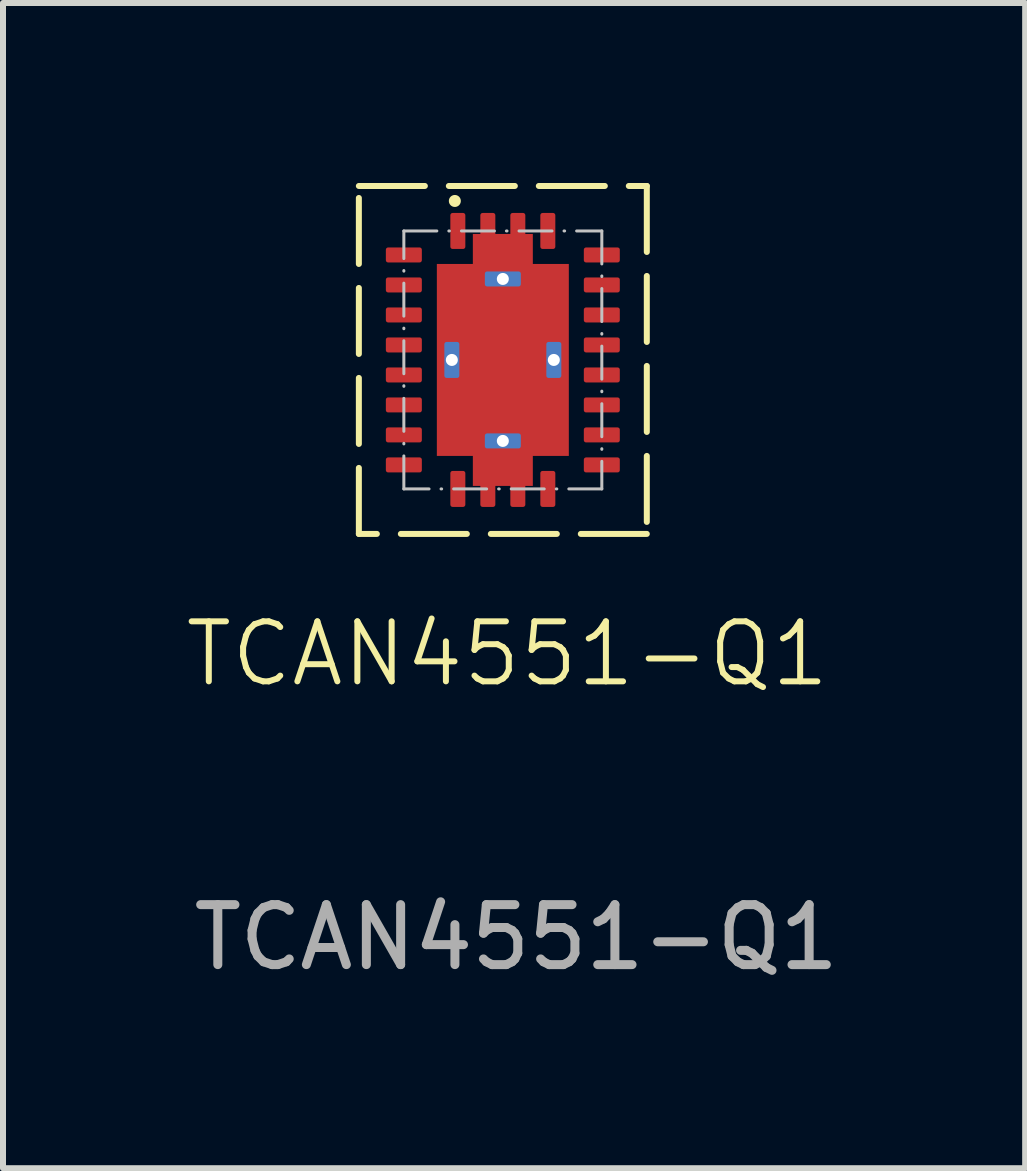
<source format=kicad_pcb>
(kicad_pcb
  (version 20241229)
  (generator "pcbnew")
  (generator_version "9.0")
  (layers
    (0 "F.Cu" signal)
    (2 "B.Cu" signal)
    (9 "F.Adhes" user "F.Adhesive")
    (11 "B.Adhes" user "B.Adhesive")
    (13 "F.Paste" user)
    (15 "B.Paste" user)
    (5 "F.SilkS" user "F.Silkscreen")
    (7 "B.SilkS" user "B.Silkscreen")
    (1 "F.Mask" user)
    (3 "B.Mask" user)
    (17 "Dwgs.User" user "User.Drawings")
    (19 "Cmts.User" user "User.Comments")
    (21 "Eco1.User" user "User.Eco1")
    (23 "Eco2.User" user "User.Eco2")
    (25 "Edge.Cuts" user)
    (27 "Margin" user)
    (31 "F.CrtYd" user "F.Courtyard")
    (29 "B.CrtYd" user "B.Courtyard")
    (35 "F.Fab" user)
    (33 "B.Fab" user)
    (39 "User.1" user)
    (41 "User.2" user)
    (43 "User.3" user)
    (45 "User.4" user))
  (footprint "TCAN4551-Q1"
    (layer "F.Cu")
    (at 5.332 2.95)
    (property "Reference" "TCAN4551-Q1" (at 0.075 4.9 0) (unlocked yes) (layer "F.SilkS") (effects (font (size 1 1) (thickness 0.1))))
    (attr smd)
    (fp_rect (start -1.1 -1.6) (end 1.1 1.6) (stroke (width 0) (type solid)) (fill yes) (layers "F.Cu" "F.Mask"))
    (fp_rect (start -0.5 -2.1) (end 0.5 2.1) (stroke (width 0) (type solid)) (fill yes) (layers "F.Cu" "F.Mask"))
    (fp_rect (start -2.4 -2.9) (end 2.4 2.9) (stroke (width 0.1) (type dash)) (fill no) (layer "F.SilkS"))
    (fp_circle (center -0.8 -2.65) (end -0.7 -2.65) (stroke (width 0) (type solid)) (fill yes) (layer "F.SilkS"))
    (fp_rect (start -1.09 -1.54) (end -0.11 -0.11) (stroke (width 0) (type solid)) (fill yes) (layer "F.Paste"))
    (fp_rect (start -1.09 0.11) (end -0.11 1.54) (stroke (width 0) (type solid)) (fill yes) (layer "F.Paste"))
    (fp_rect (start -0.25 -2.1) (end 0.25 -1.85) (stroke (width 0) (type solid)) (fill yes) (layer "F.Paste"))
    (fp_rect (start -0.25 1.85) (end 0.25 2.1) (stroke (width 0) (type solid)) (fill yes) (layer "F.Paste"))
    (fp_rect (start 0.11 -1.54) (end 1.09 -0.11) (stroke (width 0) (type solid)) (fill yes) (layer "F.Paste"))
    (fp_rect (start 0.11 0.11) (end 1.09 1.54) (stroke (width 0) (type solid)) (fill yes) (layer "F.Paste"))
    (fp_rect (start -1.65 -2.15) (end 1.65 2.15) (stroke (width 0.05) (type dash_dot)) (fill no) (layer "Dwgs.User"))
    (fp_rect (start -1.75 -2.25) (end 1.75 2.25) (stroke (width 0.1) (type default)) (fill no) (layer "Margin"))
    (fp_text user "${REFERENCE}" (at 0.225 9.625 0) (unlocked yes) (layer "F.Fab") (effects (font (size 1 1) (thickness 0.15))))
    (pad "" thru_hole roundrect (at -0.85 0 270) (size 0.6 0.25) (drill 0.2) (property pad_prop_heatsink) (layers "*.Cu" "*.Mask") (roundrect_rratio 0.15))
    (pad "" smd roundrect (at -0.25 -2.15 90) (size 0.6 0.25) (layers "F.Cu" "F.Mask" "F.Paste") (roundrect_rratio 0.15))
    (pad "" smd roundrect (at -0.25 2.15 90) (size 0.6 0.25) (layers "F.Cu" "F.Mask" "F.Paste") (roundrect_rratio 0.15))
    (pad "" thru_hole roundrect (at 0 -1.35) (size 0.6 0.25) (drill 0.2) (property pad_prop_heatsink) (layers "*.Cu" "*.Mask") (roundrect_rratio 0.15))
    (pad "" thru_hole roundrect (at 0 1.35) (size 0.6 0.25) (drill 0.2) (property pad_prop_heatsink) (layers "*.Cu" "*.Mask") (roundrect_rratio 0.15))
    (pad "" smd roundrect (at 0.25 -2.15 90) (size 0.6 0.25) (layers "F.Cu" "F.Mask" "F.Paste") (roundrect_rratio 0.15))
    (pad "" smd roundrect (at 0.25 2.15 90) (size 0.6 0.25) (layers "F.Cu" "F.Mask" "F.Paste") (roundrect_rratio 0.15))
    (pad "" thru_hole roundrect (at 0.85 0 270) (size 0.6 0.25) (drill 0.2) (property pad_prop_heatsink) (layers "*.Cu" "*.Mask") (roundrect_rratio 0.15))
    (pad "1" smd roundrect (at -0.75 -2.15 90) (size 0.6 0.25) (layers "F.Cu" "F.Mask" "F.Paste") (roundrect_rratio 0.15))
    (pad "2" smd roundrect (at -1.65 -1.75) (size 0.6 0.25) (layers "F.Cu" "F.Mask" "F.Paste") (roundrect_rratio 0.15))
    (pad "3" smd roundrect (at -1.65 -1.25) (size 0.6 0.25) (layers "F.Cu" "F.Mask" "F.Paste") (roundrect_rratio 0.15))
    (pad "4" smd roundrect (at -1.65 -0.75) (size 0.6 0.25) (layers "F.Cu" "F.Mask" "F.Paste") (roundrect_rratio 0.15))
    (pad "5" smd roundrect (at -1.65 -0.25) (size 0.6 0.25) (layers "F.Cu" "F.Mask" "F.Paste") (roundrect_rratio 0.15))
    (pad "6" smd roundrect (at -1.65 0.25) (size 0.6 0.25) (layers "F.Cu" "F.Mask" "F.Paste") (roundrect_rratio 0.15))
    (pad "7" smd roundrect (at -1.65 0.75) (size 0.6 0.25) (layers "F.Cu" "F.Mask" "F.Paste") (roundrect_rratio 0.15))
    (pad "8" smd roundrect (at -1.65 1.25) (size 0.6 0.25) (layers "F.Cu" "F.Mask" "F.Paste") (roundrect_rratio 0.15))
    (pad "9" smd roundrect (at -1.65 1.75) (size 0.6 0.25) (layers "F.Cu" "F.Mask" "F.Paste") (roundrect_rratio 0.15))
    (pad "10" smd roundrect (at -0.75 2.15 270) (size 0.6 0.25) (layers "F.Cu" "F.Mask" "F.Paste") (roundrect_rratio 0.15))
    (pad "11" smd roundrect (at 0.75 2.15 270) (size 0.6 0.25) (layers "F.Cu" "F.Mask" "F.Paste") (roundrect_rratio 0.15))
    (pad "12" smd roundrect (at 1.65 1.75) (size 0.6 0.25) (layers "F.Cu" "F.Mask" "F.Paste") (roundrect_rratio 0.15))
    (pad "13" smd roundrect (at 1.65 1.25) (size 0.6 0.25) (layers "F.Cu" "F.Mask" "F.Paste") (roundrect_rratio 0.15))
    (pad "14" smd roundrect (at 1.65 0.75) (size 0.6 0.25) (layers "F.Cu" "F.Mask" "F.Paste") (roundrect_rratio 0.15))
    (pad "15" smd roundrect (at 1.65 0.25) (size 0.6 0.25) (layers "F.Cu" "F.Mask" "F.Paste") (roundrect_rratio 0.15))
    (pad "16" smd roundrect (at 1.65 -0.25) (size 0.6 0.25) (layers "F.Cu" "F.Mask" "F.Paste") (roundrect_rratio 0.15))
    (pad "17" smd roundrect (at 1.65 -0.75) (size 0.6 0.25) (layers "F.Cu" "F.Mask" "F.Paste") (roundrect_rratio 0.15))
    (pad "18" smd roundrect (at 1.65 -1.25) (size 0.6 0.25) (layers "F.Cu" "F.Mask" "F.Paste") (roundrect_rratio 0.15))
    (pad "19" smd roundrect (at 1.65 -1.75) (size 0.6 0.25) (layers "F.Cu" "F.Mask" "F.Paste") (roundrect_rratio 0.15))
    (pad "20" smd roundrect (at 0.75 -2.15 90) (size 0.6 0.25) (layers "F.Cu" "F.Mask" "F.Paste") (roundrect_rratio 0.15)))
  (gr_rect
    (start -3 -3)
    (end 14.039 16.423)
    (stroke (width 0.1) (type default))
    (fill no)
    (layer "Edge.Cuts")))
</source>
